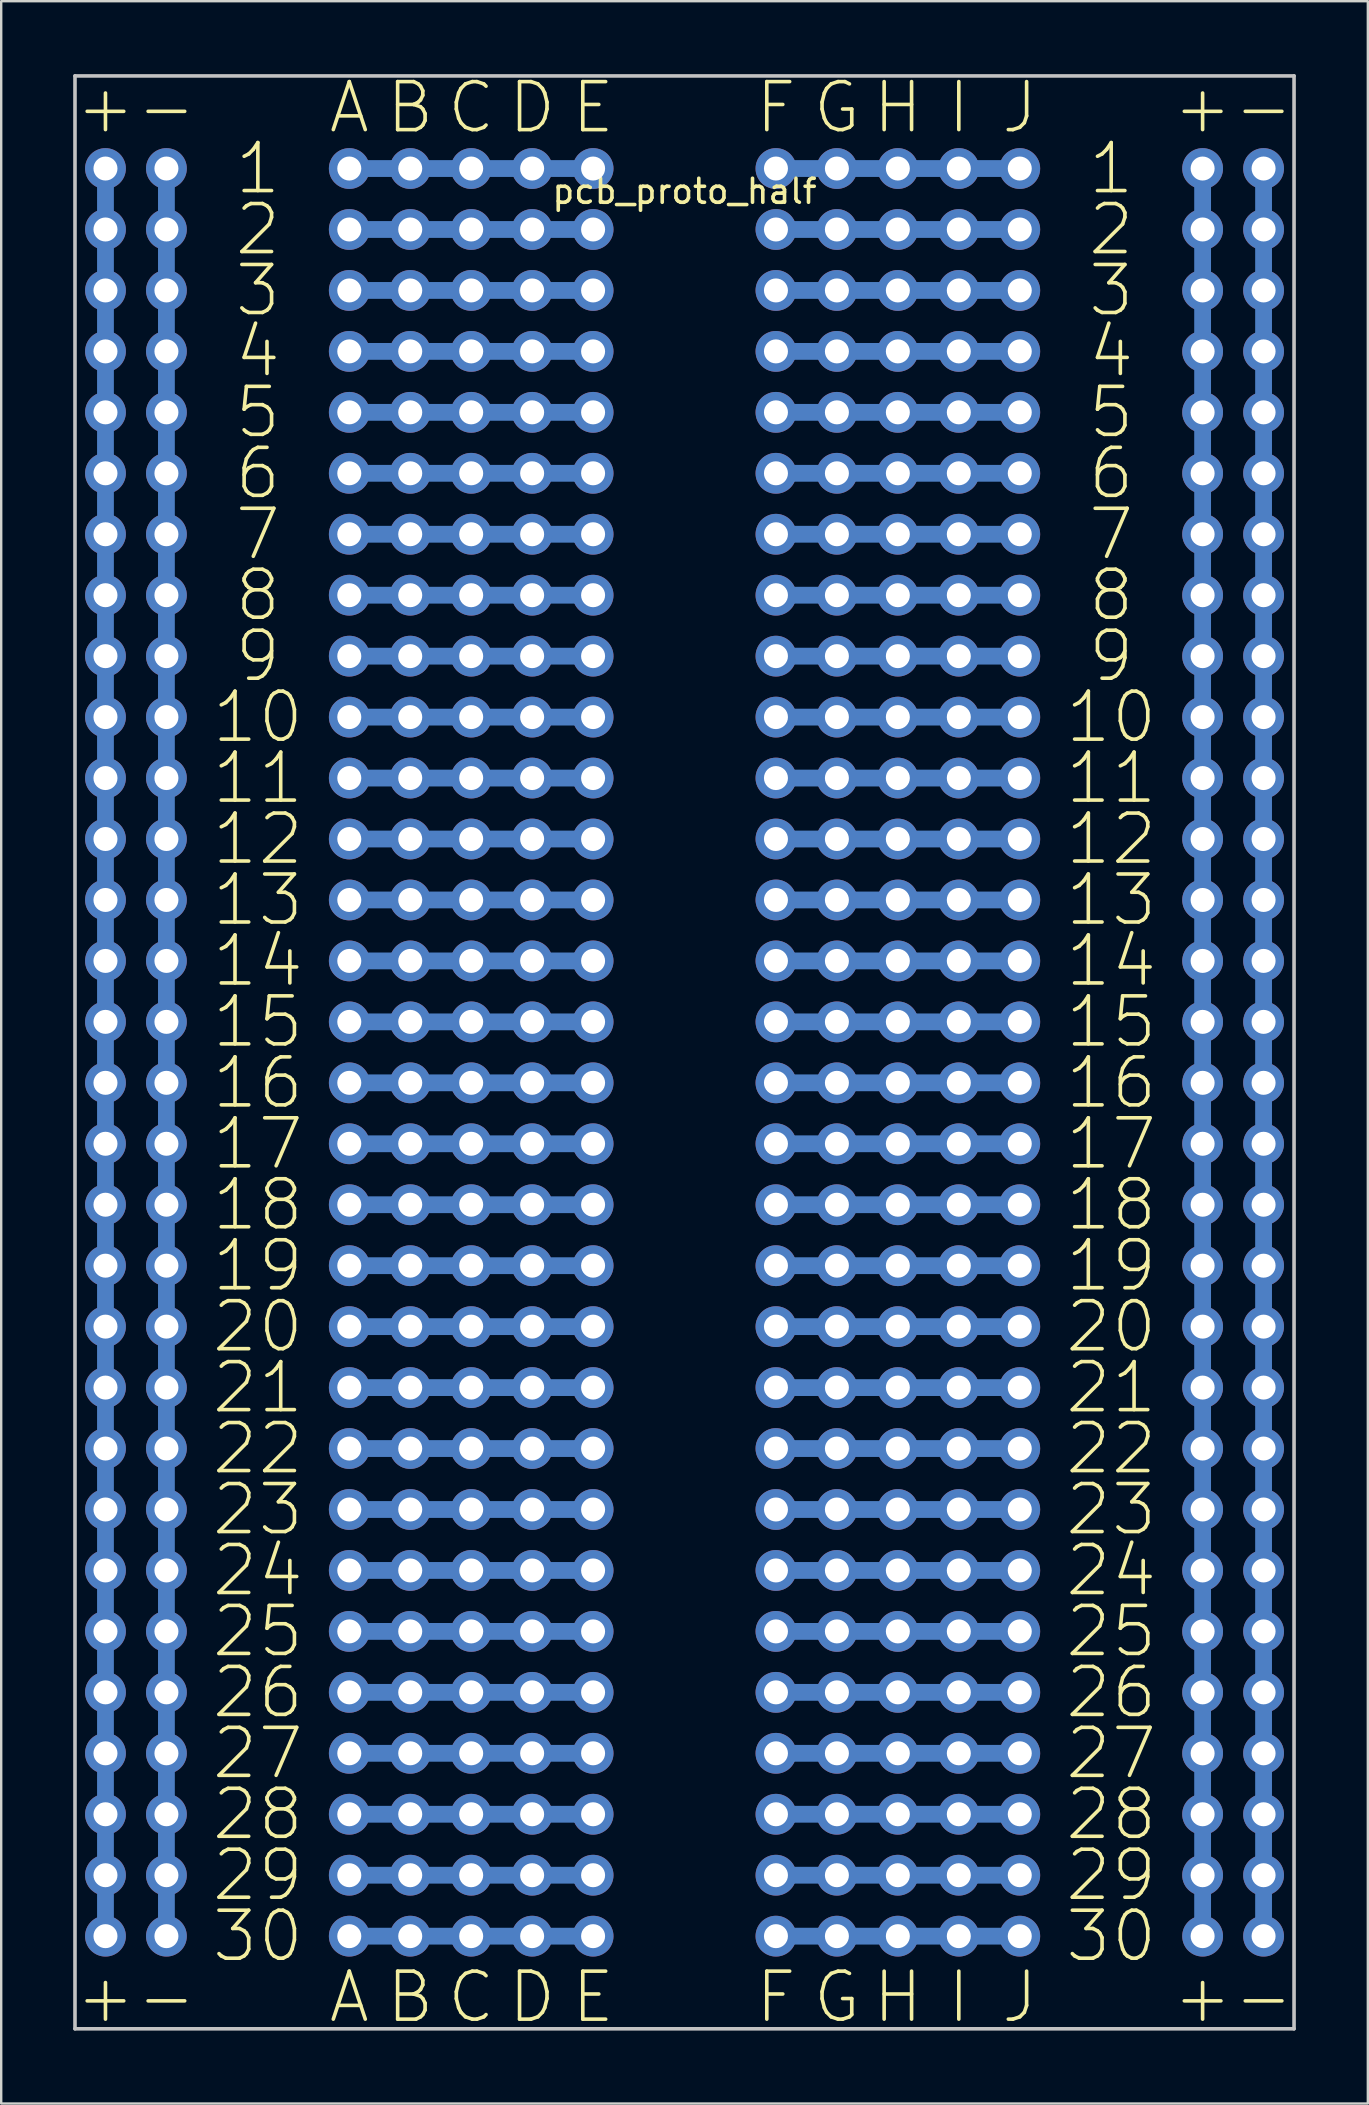
<source format=kicad_pcb>
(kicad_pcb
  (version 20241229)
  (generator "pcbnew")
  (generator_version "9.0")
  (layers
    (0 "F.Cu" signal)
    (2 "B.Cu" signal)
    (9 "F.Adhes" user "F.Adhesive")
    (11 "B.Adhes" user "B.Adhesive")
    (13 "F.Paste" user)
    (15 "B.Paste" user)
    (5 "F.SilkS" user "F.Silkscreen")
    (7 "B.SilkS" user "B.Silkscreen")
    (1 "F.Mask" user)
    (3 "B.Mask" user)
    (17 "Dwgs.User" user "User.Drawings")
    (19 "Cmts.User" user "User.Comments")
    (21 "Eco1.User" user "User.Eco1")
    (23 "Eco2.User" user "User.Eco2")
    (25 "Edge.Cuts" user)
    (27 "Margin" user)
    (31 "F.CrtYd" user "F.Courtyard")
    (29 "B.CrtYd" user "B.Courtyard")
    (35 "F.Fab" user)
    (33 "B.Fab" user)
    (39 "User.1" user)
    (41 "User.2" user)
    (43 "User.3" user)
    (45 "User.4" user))
  (footprint "pcb_proto_half"
    (layer "F.Cu")
    (at 25.475 3.923)
    (property "Reference" "pcb_proto_half" (at 0 1 0) (layer "F.SilkS") (effects (font (size 1 1) (thickness 0.15))))
    (attr through_hole)
    (fp_line (start -25.4 -3.81) (end -25.4 77.57) (stroke (width 0.15) (type solid)) (layer "Dwgs.User"))
    (fp_line (start -25.4 77.57) (end 25.4 77.57) (stroke (width 0.15) (type solid)) (layer "Dwgs.User"))
    (fp_line (start 25.4 -3.81) (end -25.4 -3.81) (stroke (width 0.15) (type solid)) (layer "Dwgs.User"))
    (fp_line (start 25.4 77.57) (end 25.4 -3.81) (stroke (width 0.15) (type solid)) (layer "Dwgs.User"))
    (fp_text user "+" (at -24.13 76.25 0) (layer "F.SilkS") (effects (font (size 2 2) (thickness 0.15))))
    (fp_text user "18" (at 17.78 43.23 0) (layer "F.SilkS") (effects (font (size 2 2) (thickness 0.15))))
    (fp_text user "15" (at -17.78 35.61 0) (layer "F.SilkS") (effects (font (size 2 2) (thickness 0.15))))
    (fp_text user "27" (at -17.78 66.09 0) (layer "F.SilkS") (effects (font (size 2 2) (thickness 0.15))))
    (fp_text user "E" (at -3.81 -2.49 0) (layer "F.SilkS") (effects (font (size 2 2) (thickness 0.15))))
    (fp_text user "19" (at -17.78 45.77 0) (layer "F.SilkS") (effects (font (size 2 2) (thickness 0.15))))
    (fp_text user "-" (at 24.13 76.25 0) (layer "F.SilkS") (effects (font (size 2 2) (thickness 0.15))))
    (fp_text user "9" (at 17.78 20.37 0) (layer "F.SilkS") (effects (font (size 2 2) (thickness 0.15))))
    (fp_text user "11" (at 17.78 25.45 0) (layer "F.SilkS") (effects (font (size 2 2) (thickness 0.15))))
    (fp_text user "J" (at 13.97 -2.49 0) (layer "F.SilkS") (effects (font (size 2 2) (thickness 0.15))))
    (fp_text user "7" (at 17.78 15.29 0) (layer "F.SilkS") (effects (font (size 2 2) (thickness 0.15))))
    (fp_text user "C" (at -8.89 -2.49 0) (layer "F.SilkS") (effects (font (size 2 2) (thickness 0.15))))
    (fp_text user "B" (at -11.43 -2.49 0) (layer "F.SilkS") (effects (font (size 2 2) (thickness 0.15))))
    (fp_text user "5" (at -17.78 10.21 0) (layer "F.SilkS") (effects (font (size 2 2) (thickness 0.15))))
    (fp_text user "1" (at 17.78 0.05 0) (layer "F.SilkS") (effects (font (size 2 2) (thickness 0.15))))
    (fp_text user "6" (at -17.78 12.75 0) (layer "F.SilkS") (effects (font (size 2 2) (thickness 0.15))))
    (fp_text user "H" (at 8.89 -2.49 0) (layer "F.SilkS") (effects (font (size 2 2) (thickness 0.15))))
    (fp_text user "2" (at -17.78 2.59 0) (layer "F.SilkS") (effects (font (size 2 2) (thickness 0.15))))
    (fp_text user "21" (at -17.78 50.85 0) (layer "F.SilkS") (effects (font (size 2 2) (thickness 0.15))))
    (fp_text user "13" (at 17.78 30.53 0) (layer "F.SilkS") (effects (font (size 2 2) (thickness 0.15))))
    (fp_text user "F" (at 3.81 -2.49 0) (layer "F.SilkS") (effects (font (size 2 2) (thickness 0.15))))
    (fp_text user "+" (at -24.13 -2.49 0) (layer "F.SilkS") (effects (font (size 2 2) (thickness 0.15))))
    (fp_text user "14" (at 17.78 33.07 0) (layer "F.SilkS") (effects (font (size 2 2) (thickness 0.15))))
    (fp_text user "28" (at -17.78 68.63 0) (layer "F.SilkS") (effects (font (size 2 2) (thickness 0.15))))
    (fp_text user "10" (at 17.78 22.91 0) (layer "F.SilkS") (effects (font (size 2 2) (thickness 0.15))))
    (fp_text user "22" (at 17.78 53.39 0) (layer "F.SilkS") (effects (font (size 2 2) (thickness 0.15))))
    (fp_text user "12" (at -17.78 27.99 0) (layer "F.SilkS") (effects (font (size 2 2) (thickness 0.15))))
    (fp_text user "+" (at 21.59 76.25 0) (layer "F.SilkS") (effects (font (size 2 2) (thickness 0.15))))
    (fp_text user "H" (at 8.89 76.25 0) (layer "F.SilkS") (effects (font (size 2 2) (thickness 0.15))))
    (fp_text user "23" (at 17.78 55.93 0) (layer "F.SilkS") (effects (font (size 2 2) (thickness 0.15))))
    (fp_text user "20" (at -17.78 48.31 0) (layer "F.SilkS") (effects (font (size 2 2) (thickness 0.15))))
    (fp_text user "A" (at -13.97 76.25 0) (layer "F.SilkS") (effects (font (size 2 2) (thickness 0.15))))
    (fp_text user "A" (at -13.97 -2.49 0) (layer "F.SilkS") (effects (font (size 2 2) (thickness 0.15))))
    (fp_text user "22" (at -17.78 53.39 0) (layer "F.SilkS") (effects (font (size 2 2) (thickness 0.15))))
    (fp_text user "11" (at -17.78 25.45 0) (layer "F.SilkS") (effects (font (size 2 2) (thickness 0.15))))
    (fp_text user "-" (at -21.59 -2.49 0) (layer "F.SilkS") (effects (font (size 2 2) (thickness 0.15))))
    (fp_text user "F" (at 3.81 76.25 0) (layer "F.SilkS") (effects (font (size 2 2) (thickness 0.15))))
    (fp_text user "D" (at -6.35 76.25 0) (layer "F.SilkS") (effects (font (size 2 2) (thickness 0.15))))
    (fp_text user "21" (at 17.78 50.85 0) (layer "F.SilkS") (effects (font (size 2 2) (thickness 0.15))))
    (fp_text user "7" (at -17.78 15.29 0) (layer "F.SilkS") (effects (font (size 2 2) (thickness 0.15))))
    (fp_text user "3" (at 17.78 5.13 0) (layer "F.SilkS") (effects (font (size 2 2) (thickness 0.15))))
    (fp_text user "16" (at -17.78 38.15 0) (layer "F.SilkS") (effects (font (size 2 2) (thickness 0.15))))
    (fp_text user "I" (at 11.43 76.25 0) (layer "F.SilkS") (effects (font (size 2 2) (thickness 0.15))))
    (fp_text user "+" (at 21.59 -2.49 0) (layer "F.SilkS") (effects (font (size 2 2) (thickness 0.15))))
    (fp_text user "27" (at 17.78 66.09 0) (layer "F.SilkS") (effects (font (size 2 2) (thickness 0.15))))
    (fp_text user "8" (at 17.78 17.83 0) (layer "F.SilkS") (effects (font (size 2 2) (thickness 0.15))))
    (fp_text user "B" (at -11.43 76.25 0) (layer "F.SilkS") (effects (font (size 2 2) (thickness 0.15))))
    (fp_text user "8" (at -17.78 17.83 0) (layer "F.SilkS") (effects (font (size 2 2) (thickness 0.15))))
    (fp_text user "5" (at 17.78 10.21 0) (layer "F.SilkS") (effects (font (size 2 2) (thickness 0.15))))
    (fp_text user "18" (at -17.78 43.23 0) (layer "F.SilkS") (effects (font (size 2 2) (thickness 0.15))))
    (fp_text user "-" (at 24.13 -2.49 0) (layer "F.SilkS") (effects (font (size 2 2) (thickness 0.15))))
    (fp_text user "24" (at 17.78 58.47 0) (layer "F.SilkS") (effects (font (size 2 2) (thickness 0.15))))
    (fp_text user "15" (at 17.78 35.61 0) (layer "F.SilkS") (effects (font (size 2 2) (thickness 0.15))))
    (fp_text user "16" (at 17.78 38.15 0) (layer "F.SilkS") (effects (font (size 2 2) (thickness 0.15))))
    (fp_text user "19" (at 17.78 45.77 0) (layer "F.SilkS") (effects (font (size 2 2) (thickness 0.15))))
    (fp_text user "24" (at -17.78 58.47 0) (layer "F.SilkS") (effects (font (size 2 2) (thickness 0.15))))
    (fp_text user "6" (at 17.78 12.75 0) (layer "F.SilkS") (effects (font (size 2 2) (thickness 0.15))))
    (fp_text user "23" (at -17.78 55.93 0) (layer "F.SilkS") (effects (font (size 2 2) (thickness 0.15))))
    (fp_text user "26" (at 17.78 63.55 0) (layer "F.SilkS") (effects (font (size 2 2) (thickness 0.15))))
    (fp_text user "17" (at 17.78 40.69 0) (layer "F.SilkS") (effects (font (size 2 2) (thickness 0.15))))
    (fp_text user "G" (at 6.35 -2.49 0) (layer "F.SilkS") (effects (font (size 2 2) (thickness 0.15))))
    (fp_text user "25" (at 17.78 61.01 0) (layer "F.SilkS") (effects (font (size 2 2) (thickness 0.15))))
    (fp_text user "1" (at -17.78 0.05 0) (layer "F.SilkS") (effects (font (size 2 2) (thickness 0.15))))
    (fp_text user "I" (at 11.43 -2.49 0) (layer "F.SilkS") (effects (font (size 2 2) (thickness 0.15))))
    (fp_text user "29" (at 17.78 71.17 0) (layer "F.SilkS") (effects (font (size 2 2) (thickness 0.15))))
    (fp_text user "2" (at 17.78 2.59 0) (layer "F.SilkS") (effects (font (size 2 2) (thickness 0.15))))
    (fp_text user "4" (at -17.78 7.67 0) (layer "F.SilkS") (effects (font (size 2 2) (thickness 0.15))))
    (fp_text user "25" (at -17.78 61.01 0) (layer "F.SilkS") (effects (font (size 2 2) (thickness 0.15))))
    (fp_text user "G" (at 6.35 76.25 0) (layer "F.SilkS") (effects (font (size 2 2) (thickness 0.15))))
    (fp_text user "12" (at 17.78 27.99 0) (layer "F.SilkS") (effects (font (size 2 2) (thickness 0.15))))
    (fp_text user "20" (at 17.78 48.31 0) (layer "F.SilkS") (effects (font (size 2 2) (thickness 0.15))))
    (fp_text user "10" (at -17.78 22.91 0) (layer "F.SilkS") (effects (font (size 2 2) (thickness 0.15))))
    (fp_text user "13" (at -17.78 30.53 0) (layer "F.SilkS") (effects (font (size 2 2) (thickness 0.15))))
    (fp_text user "17" (at -17.78 40.69 0) (layer "F.SilkS") (effects (font (size 2 2) (thickness 0.15))))
    (fp_text user "-" (at -21.59 76.25 0) (layer "F.SilkS") (effects (font (size 2 2) (thickness 0.15))))
    (fp_text user "14" (at -17.78 33.07 0) (layer "F.SilkS") (effects (font (size 2 2) (thickness 0.15))))
    (fp_text user "9" (at -17.78 20.37 0) (layer "F.SilkS") (effects (font (size 2 2) (thickness 0.15))))
    (fp_text user "E" (at -3.81 76.25 0) (layer "F.SilkS") (effects (font (size 2 2) (thickness 0.15))))
    (fp_text user "28" (at 17.78 68.63 0) (layer "F.SilkS") (effects (font (size 2 2) (thickness 0.15))))
    (fp_text user "4" (at 17.78 7.67 0) (layer "F.SilkS") (effects (font (size 2 2) (thickness 0.15))))
    (fp_text user "3" (at -17.78 5.13 0) (layer "F.SilkS") (effects (font (size 2 2) (thickness 0.15))))
    (fp_text user "J" (at 13.97 76.25 0) (layer "F.SilkS") (effects (font (size 2 2) (thickness 0.15))))
    (fp_text user "29" (at -17.78 71.17 0) (layer "F.SilkS") (effects (font (size 2 2) (thickness 0.15))))
    (fp_text user "26" (at -17.78 63.55 0) (layer "F.SilkS") (effects (font (size 2 2) (thickness 0.15))))
    (fp_text user "C" (at -8.89 76.25 0) (layer "F.SilkS") (effects (font (size 2 2) (thickness 0.15))))
    (fp_text user "30" (at 17.78 73.71 0) (layer "F.SilkS") (effects (font (size 2 2) (thickness 0.15))))
    (fp_text user "30" (at -17.78 73.71 0) (layer "F.SilkS") (effects (font (size 2 2) (thickness 0.15))))
    (fp_text user "D" (at -6.35 -2.49 0) (layer "F.SilkS") (effects (font (size 2 2) (thickness 0.15))))
    (pad "" thru_hole circle (at -24.13 0.05) (size 1.7 1.7) (drill 1) (layers "*.Cu" "*.Mask"))
    (pad "" thru_hole circle (at -24.13 2.59) (size 1.7 1.7) (drill 1) (layers "*.Cu" "*.Mask"))
    (pad "" thru_hole circle (at -24.13 5.13) (size 1.7 1.7) (drill 1) (layers "*.Cu" "*.Mask"))
    (pad "" thru_hole circle (at -24.13 7.67) (size 1.7 1.7) (drill 1) (layers "*.Cu" "*.Mask"))
    (pad "" thru_hole circle (at -24.13 10.21) (size 1.7 1.7) (drill 1) (layers "*.Cu" "*.Mask"))
    (pad "" thru_hole circle (at -24.13 12.75) (size 1.7 1.7) (drill 1) (layers "*.Cu" "*.Mask"))
    (pad "" thru_hole circle (at -24.13 15.29) (size 1.7 1.7) (drill 1) (layers "*.Cu" "*.Mask"))
    (pad "" thru_hole circle (at -24.13 17.83) (size 1.7 1.7) (drill 1) (layers "*.Cu" "*.Mask"))
    (pad "" thru_hole circle (at -24.13 20.37) (size 1.7 1.7) (drill 1) (layers "*.Cu" "*.Mask"))
    (pad "" thru_hole circle (at -24.13 22.91) (size 1.7 1.7) (drill 1) (layers "*.Cu" "*.Mask"))
    (pad "" thru_hole circle (at -24.13 25.45) (size 1.7 1.7) (drill 1) (layers "*.Cu" "*.Mask"))
    (pad "" thru_hole circle (at -24.13 27.99) (size 1.7 1.7) (drill 1) (layers "*.Cu" "*.Mask"))
    (pad "" thru_hole circle (at -24.13 30.53) (size 1.7 1.7) (drill 1) (layers "*.Cu" "*.Mask"))
    (pad "" thru_hole circle (at -24.13 33.07) (size 1.7 1.7) (drill 1) (layers "*.Cu" "*.Mask"))
    (pad "" thru_hole circle (at -24.13 35.61) (size 1.7 1.7) (drill 1) (layers "*.Cu" "*.Mask"))
    (pad "" smd rect (at -24.13 36.88) (size 0.7 73.66) (layers "B.Cu" "B.Mask"))
    (pad "" thru_hole circle (at -24.13 38.15) (size 1.7 1.7) (drill 1) (layers "*.Cu" "*.Mask"))
    (pad "" thru_hole circle (at -24.13 40.69) (size 1.7 1.7) (drill 1) (layers "*.Cu" "*.Mask"))
    (pad "" thru_hole circle (at -24.13 43.23) (size 1.7 1.7) (drill 1) (layers "*.Cu" "*.Mask"))
    (pad "" thru_hole circle (at -24.13 45.77) (size 1.7 1.7) (drill 1) (layers "*.Cu" "*.Mask"))
    (pad "" thru_hole circle (at -24.13 48.31) (size 1.7 1.7) (drill 1) (layers "*.Cu" "*.Mask"))
    (pad "" thru_hole circle (at -24.13 50.85) (size 1.7 1.7) (drill 1) (layers "*.Cu" "*.Mask"))
    (pad "" thru_hole circle (at -24.13 53.39) (size 1.7 1.7) (drill 1) (layers "*.Cu" "*.Mask"))
    (pad "" thru_hole circle (at -24.13 55.93) (size 1.7 1.7) (drill 1) (layers "*.Cu" "*.Mask"))
    (pad "" thru_hole circle (at -24.13 58.47) (size 1.7 1.7) (drill 1) (layers "*.Cu" "*.Mask"))
    (pad "" thru_hole circle (at -24.13 61.01) (size 1.7 1.7) (drill 1) (layers "*.Cu" "*.Mask"))
    (pad "" thru_hole circle (at -24.13 63.55) (size 1.7 1.7) (drill 1) (layers "*.Cu" "*.Mask"))
    (pad "" thru_hole circle (at -24.13 66.09) (size 1.7 1.7) (drill 1) (layers "*.Cu" "*.Mask"))
    (pad "" thru_hole circle (at -24.13 68.63) (size 1.7 1.7) (drill 1) (layers "*.Cu" "*.Mask"))
    (pad "" thru_hole circle (at -24.13 71.17) (size 1.7 1.7) (drill 1) (layers "*.Cu" "*.Mask"))
    (pad "" thru_hole circle (at -24.13 73.71) (size 1.7 1.7) (drill 1) (layers "*.Cu" "*.Mask"))
    (pad "" thru_hole circle (at -21.59 0.05) (size 1.7 1.7) (drill 1) (layers "*.Cu" "*.Mask"))
    (pad "" thru_hole circle (at -21.59 2.59) (size 1.7 1.7) (drill 1) (layers "*.Cu" "*.Mask"))
    (pad "" thru_hole circle (at -21.59 5.13) (size 1.7 1.7) (drill 1) (layers "*.Cu" "*.Mask"))
    (pad "" thru_hole circle (at -21.59 7.67) (size 1.7 1.7) (drill 1) (layers "*.Cu" "*.Mask"))
    (pad "" thru_hole circle (at -21.59 10.21) (size 1.7 1.7) (drill 1) (layers "*.Cu" "*.Mask"))
    (pad "" thru_hole circle (at -21.59 12.75) (size 1.7 1.7) (drill 1) (layers "*.Cu" "*.Mask"))
    (pad "" thru_hole circle (at -21.59 15.29) (size 1.7 1.7) (drill 1) (layers "*.Cu" "*.Mask"))
    (pad "" thru_hole circle (at -21.59 17.83) (size 1.7 1.7) (drill 1) (layers "*.Cu" "*.Mask"))
    (pad "" thru_hole circle (at -21.59 20.37) (size 1.7 1.7) (drill 1) (layers "*.Cu" "*.Mask"))
    (pad "" thru_hole circle (at -21.59 22.91) (size 1.7 1.7) (drill 1) (layers "*.Cu" "*.Mask"))
    (pad "" thru_hole circle (at -21.59 25.45) (size 1.7 1.7) (drill 1) (layers "*.Cu" "*.Mask"))
    (pad "" thru_hole circle (at -21.59 27.99) (size 1.7 1.7) (drill 1) (layers "*.Cu" "*.Mask"))
    (pad "" thru_hole circle (at -21.59 30.53) (size 1.7 1.7) (drill 1) (layers "*.Cu" "*.Mask"))
    (pad "" thru_hole circle (at -21.59 33.07) (size 1.7 1.7) (drill 1) (layers "*.Cu" "*.Mask"))
    (pad "" thru_hole circle (at -21.59 35.61) (size 1.7 1.7) (drill 1) (layers "*.Cu" "*.Mask"))
    (pad "" smd rect (at -21.59 36.88) (size 0.7 73.66) (layers "B.Cu" "B.Mask"))
    (pad "" thru_hole circle (at -21.59 38.15) (size 1.7 1.7) (drill 1) (layers "*.Cu" "*.Mask"))
    (pad "" thru_hole circle (at -21.59 40.69) (size 1.7 1.7) (drill 1) (layers "*.Cu" "*.Mask"))
    (pad "" thru_hole circle (at -21.59 43.23) (size 1.7 1.7) (drill 1) (layers "*.Cu" "*.Mask"))
    (pad "" thru_hole circle (at -21.59 45.77) (size 1.7 1.7) (drill 1) (layers "*.Cu" "*.Mask"))
    (pad "" thru_hole circle (at -21.59 48.31) (size 1.7 1.7) (drill 1) (layers "*.Cu" "*.Mask"))
    (pad "" thru_hole circle (at -21.59 50.85) (size 1.7 1.7) (drill 1) (layers "*.Cu" "*.Mask"))
    (pad "" thru_hole circle (at -21.59 53.39) (size 1.7 1.7) (drill 1) (layers "*.Cu" "*.Mask"))
    (pad "" thru_hole circle (at -21.59 55.93) (size 1.7 1.7) (drill 1) (layers "*.Cu" "*.Mask"))
    (pad "" thru_hole circle (at -21.59 58.47) (size 1.7 1.7) (drill 1) (layers "*.Cu" "*.Mask"))
    (pad "" thru_hole circle (at -21.59 61.01) (size 1.7 1.7) (drill 1) (layers "*.Cu" "*.Mask"))
    (pad "" thru_hole circle (at -21.59 63.55) (size 1.7 1.7) (drill 1) (layers "*.Cu" "*.Mask"))
    (pad "" thru_hole circle (at -21.59 66.09) (size 1.7 1.7) (drill 1) (layers "*.Cu" "*.Mask"))
    (pad "" thru_hole circle (at -21.59 68.63) (size 1.7 1.7) (drill 1) (layers "*.Cu" "*.Mask"))
    (pad "" thru_hole circle (at -21.59 71.17) (size 1.7 1.7) (drill 1) (layers "*.Cu" "*.Mask"))
    (pad "" thru_hole circle (at -21.59 73.71) (size 1.7 1.7) (drill 1) (layers "*.Cu" "*.Mask"))
    (pad "" thru_hole circle (at -13.97 0.05) (size 1.7 1.7) (drill 1) (layers "*.Cu" "*.Mask"))
    (pad "" thru_hole circle (at -13.97 2.59) (size 1.7 1.7) (drill 1) (layers "*.Cu" "*.Mask"))
    (pad "" thru_hole circle (at -13.97 5.13) (size 1.7 1.7) (drill 1) (layers "*.Cu" "*.Mask"))
    (pad "" thru_hole circle (at -13.97 7.67) (size 1.7 1.7) (drill 1) (layers "*.Cu" "*.Mask"))
    (pad "" thru_hole circle (at -13.97 10.21) (size 1.7 1.7) (drill 1) (layers "*.Cu" "*.Mask"))
    (pad "" thru_hole circle (at -13.97 12.75) (size 1.7 1.7) (drill 1) (layers "*.Cu" "*.Mask"))
    (pad "" thru_hole circle (at -13.97 15.29) (size 1.7 1.7) (drill 1) (layers "*.Cu" "*.Mask"))
    (pad "" thru_hole circle (at -13.97 17.83) (size 1.7 1.7) (drill 1) (layers "*.Cu" "*.Mask"))
    (pad "" thru_hole circle (at -13.97 20.37) (size 1.7 1.7) (drill 1) (layers "*.Cu" "*.Mask"))
    (pad "" thru_hole circle (at -13.97 22.91) (size 1.7 1.7) (drill 1) (layers "*.Cu" "*.Mask"))
    (pad "" thru_hole circle (at -13.97 25.45) (size 1.7 1.7) (drill 1) (layers "*.Cu" "*.Mask"))
    (pad "" thru_hole circle (at -13.97 27.99) (size 1.7 1.7) (drill 1) (layers "*.Cu" "*.Mask"))
    (pad "" thru_hole circle (at -13.97 30.53) (size 1.7 1.7) (drill 1) (layers "*.Cu" "*.Mask"))
    (pad "" thru_hole circle (at -13.97 33.07) (size 1.7 1.7) (drill 1) (layers "*.Cu" "*.Mask"))
    (pad "" thru_hole circle (at -13.97 35.61) (size 1.7 1.7) (drill 1) (layers "*.Cu" "*.Mask"))
    (pad "" thru_hole circle (at -13.97 38.15) (size 1.7 1.7) (drill 1) (layers "*.Cu" "*.Mask"))
    (pad "" thru_hole circle (at -13.97 40.69) (size 1.7 1.7) (drill 1) (layers "*.Cu" "*.Mask"))
    (pad "" thru_hole circle (at -13.97 43.23) (size 1.7 1.7) (drill 1) (layers "*.Cu" "*.Mask"))
    (pad "" thru_hole circle (at -13.97 45.77) (size 1.7 1.7) (drill 1) (layers "*.Cu" "*.Mask"))
    (pad "" thru_hole circle (at -13.97 48.31) (size 1.7 1.7) (drill 1) (layers "*.Cu" "*.Mask"))
    (pad "" thru_hole circle (at -13.97 50.85) (size 1.7 1.7) (drill 1) (layers "*.Cu" "*.Mask"))
    (pad "" thru_hole circle (at -13.97 53.39) (size 1.7 1.7) (drill 1) (layers "*.Cu" "*.Mask"))
    (pad "" thru_hole circle (at -13.97 55.93) (size 1.7 1.7) (drill 1) (layers "*.Cu" "*.Mask"))
    (pad "" thru_hole circle (at -13.97 58.47) (size 1.7 1.7) (drill 1) (layers "*.Cu" "*.Mask"))
    (pad "" thru_hole circle (at -13.97 61.01) (size 1.7 1.7) (drill 1) (layers "*.Cu" "*.Mask"))
    (pad "" thru_hole circle (at -13.97 63.55) (size 1.7 1.7) (drill 1) (layers "*.Cu" "*.Mask"))
    (pad "" thru_hole circle (at -13.97 66.09) (size 1.7 1.7) (drill 1) (layers "*.Cu" "*.Mask"))
    (pad "" thru_hole circle (at -13.97 68.63) (size 1.7 1.7) (drill 1) (layers "*.Cu" "*.Mask"))
    (pad "" thru_hole circle (at -13.97 71.17) (size 1.7 1.7) (drill 1) (layers "*.Cu" "*.Mask"))
    (pad "" thru_hole circle (at -13.97 73.71) (size 1.7 1.7) (drill 1) (layers "*.Cu" "*.Mask"))
    (pad "" thru_hole circle (at -11.43 0.05) (size 1.7 1.7) (drill 1) (layers "*.Cu" "*.Mask"))
    (pad "" thru_hole circle (at -11.43 2.59) (size 1.7 1.7) (drill 1) (layers "*.Cu" "*.Mask"))
    (pad "" thru_hole circle (at -11.43 5.13) (size 1.7 1.7) (drill 1) (layers "*.Cu" "*.Mask"))
    (pad "" thru_hole circle (at -11.43 7.67) (size 1.7 1.7) (drill 1) (layers "*.Cu" "*.Mask"))
    (pad "" thru_hole circle (at -11.43 10.21) (size 1.7 1.7) (drill 1) (layers "*.Cu" "*.Mask"))
    (pad "" thru_hole circle (at -11.43 12.75) (size 1.7 1.7) (drill 1) (layers "*.Cu" "*.Mask"))
    (pad "" thru_hole circle (at -11.43 15.29) (size 1.7 1.7) (drill 1) (layers "*.Cu" "*.Mask"))
    (pad "" thru_hole circle (at -11.43 17.83) (size 1.7 1.7) (drill 1) (layers "*.Cu" "*.Mask"))
    (pad "" thru_hole circle (at -11.43 20.37) (size 1.7 1.7) (drill 1) (layers "*.Cu" "*.Mask"))
    (pad "" thru_hole circle (at -11.43 22.91) (size 1.7 1.7) (drill 1) (layers "*.Cu" "*.Mask"))
    (pad "" thru_hole circle (at -11.43 25.45) (size 1.7 1.7) (drill 1) (layers "*.Cu" "*.Mask"))
    (pad "" thru_hole circle (at -11.43 27.99) (size 1.7 1.7) (drill 1) (layers "*.Cu" "*.Mask"))
    (pad "" thru_hole circle (at -11.43 30.53) (size 1.7 1.7) (drill 1) (layers "*.Cu" "*.Mask"))
    (pad "" thru_hole circle (at -11.43 33.07) (size 1.7 1.7) (drill 1) (layers "*.Cu" "*.Mask"))
    (pad "" thru_hole circle (at -11.43 35.61) (size 1.7 1.7) (drill 1) (layers "*.Cu" "*.Mask"))
    (pad "" thru_hole circle (at -11.43 38.15) (size 1.7 1.7) (drill 1) (layers "*.Cu" "*.Mask"))
    (pad "" thru_hole circle (at -11.43 40.69) (size 1.7 1.7) (drill 1) (layers "*.Cu" "*.Mask"))
    (pad "" thru_hole circle (at -11.43 43.23) (size 1.7 1.7) (drill 1) (layers "*.Cu" "*.Mask"))
    (pad "" thru_hole circle (at -11.43 45.77) (size 1.7 1.7) (drill 1) (layers "*.Cu" "*.Mask"))
    (pad "" thru_hole circle (at -11.43 48.31) (size 1.7 1.7) (drill 1) (layers "*.Cu" "*.Mask"))
    (pad "" thru_hole circle (at -11.43 50.85) (size 1.7 1.7) (drill 1) (layers "*.Cu" "*.Mask"))
    (pad "" thru_hole circle (at -11.43 53.39) (size 1.7 1.7) (drill 1) (layers "*.Cu" "*.Mask"))
    (pad "" thru_hole circle (at -11.43 55.93) (size 1.7 1.7) (drill 1) (layers "*.Cu" "*.Mask"))
    (pad "" thru_hole circle (at -11.43 58.47) (size 1.7 1.7) (drill 1) (layers "*.Cu" "*.Mask"))
    (pad "" thru_hole circle (at -11.43 61.01) (size 1.7 1.7) (drill 1) (layers "*.Cu" "*.Mask"))
    (pad "" thru_hole circle (at -11.43 63.55) (size 1.7 1.7) (drill 1) (layers "*.Cu" "*.Mask"))
    (pad "" thru_hole circle (at -11.43 66.09) (size 1.7 1.7) (drill 1) (layers "*.Cu" "*.Mask"))
    (pad "" thru_hole circle (at -11.43 68.63) (size 1.7 1.7) (drill 1) (layers "*.Cu" "*.Mask"))
    (pad "" thru_hole circle (at -11.43 71.17) (size 1.7 1.7) (drill 1) (layers "*.Cu" "*.Mask"))
    (pad "" thru_hole circle (at -11.43 73.71) (size 1.7 1.7) (drill 1) (layers "*.Cu" "*.Mask"))
    (pad "" thru_hole circle (at -8.89 0.05) (size 1.7 1.7) (drill 1) (layers "*.Cu" "*.Mask"))
    (pad "" smd rect (at -8.89 0.05) (size 10.16 0.7) (layers "B.Cu" "B.Mask"))
    (pad "" thru_hole circle (at -8.89 2.59) (size 1.7 1.7) (drill 1) (layers "*.Cu" "*.Mask"))
    (pad "" smd rect (at -8.89 2.59) (size 10.16 0.7) (layers "B.Cu" "B.Mask"))
    (pad "" thru_hole circle (at -8.89 5.13) (size 1.7 1.7) (drill 1) (layers "*.Cu" "*.Mask"))
    (pad "" smd rect (at -8.89 5.13) (size 10.16 0.7) (layers "B.Cu" "B.Mask"))
    (pad "" thru_hole circle (at -8.89 7.67) (size 1.7 1.7) (drill 1) (layers "*.Cu" "*.Mask"))
    (pad "" smd rect (at -8.89 7.67) (size 10.16 0.7) (layers "B.Cu" "B.Mask"))
    (pad "" thru_hole circle (at -8.89 10.21) (size 1.7 1.7) (drill 1) (layers "*.Cu" "*.Mask"))
    (pad "" smd rect (at -8.89 10.21) (size 10.16 0.7) (layers "B.Cu" "B.Mask"))
    (pad "" thru_hole circle (at -8.89 12.75) (size 1.7 1.7) (drill 1) (layers "*.Cu" "*.Mask"))
    (pad "" smd rect (at -8.89 12.75) (size 10.16 0.7) (layers "B.Cu" "B.Mask"))
    (pad "" thru_hole circle (at -8.89 15.29) (size 1.7 1.7) (drill 1) (layers "*.Cu" "*.Mask"))
    (pad "" smd rect (at -8.89 15.29) (size 10.16 0.7) (layers "B.Cu" "B.Mask"))
    (pad "" thru_hole circle (at -8.89 17.83) (size 1.7 1.7) (drill 1) (layers "*.Cu" "*.Mask"))
    (pad "" smd rect (at -8.89 17.83) (size 10.16 0.7) (layers "B.Cu" "B.Mask"))
    (pad "" thru_hole circle (at -8.89 20.37) (size 1.7 1.7) (drill 1) (layers "*.Cu" "*.Mask"))
    (pad "" smd rect (at -8.89 20.37) (size 10.16 0.7) (layers "B.Cu" "B.Mask"))
    (pad "" thru_hole circle (at -8.89 22.91) (size 1.7 1.7) (drill 1) (layers "*.Cu" "*.Mask"))
    (pad "" smd rect (at -8.89 22.91) (size 10.16 0.7) (layers "B.Cu" "B.Mask"))
    (pad "" thru_hole circle (at -8.89 25.45) (size 1.7 1.7) (drill 1) (layers "*.Cu" "*.Mask"))
    (pad "" smd rect (at -8.89 25.45) (size 10.16 0.7) (layers "B.Cu" "B.Mask"))
    (pad "" thru_hole circle (at -8.89 27.99) (size 1.7 1.7) (drill 1) (layers "*.Cu" "*.Mask"))
    (pad "" smd rect (at -8.89 27.99) (size 10.16 0.7) (layers "B.Cu" "B.Mask"))
    (pad "" thru_hole circle (at -8.89 30.53) (size 1.7 1.7) (drill 1) (layers "*.Cu" "*.Mask"))
    (pad "" smd rect (at -8.89 30.53) (size 10.16 0.7) (layers "B.Cu" "B.Mask"))
    (pad "" thru_hole circle (at -8.89 33.07) (size 1.7 1.7) (drill 1) (layers "*.Cu" "*.Mask"))
    (pad "" smd rect (at -8.89 33.07) (size 10.16 0.7) (layers "B.Cu" "B.Mask"))
    (pad "" thru_hole circle (at -8.89 35.61) (size 1.7 1.7) (drill 1) (layers "*.Cu" "*.Mask"))
    (pad "" smd rect (at -8.89 35.61) (size 10.16 0.7) (layers "B.Cu" "B.Mask"))
    (pad "" thru_hole circle (at -8.89 38.15) (size 1.7 1.7) (drill 1) (layers "*.Cu" "*.Mask"))
    (pad "" smd rect (at -8.89 38.15) (size 10.16 0.7) (layers "B.Cu" "B.Mask"))
    (pad "" thru_hole circle (at -8.89 40.69) (size 1.7 1.7) (drill 1) (layers "*.Cu" "*.Mask"))
    (pad "" smd rect (at -8.89 40.69) (size 10.16 0.7) (layers "B.Cu" "B.Mask"))
    (pad "" thru_hole circle (at -8.89 43.23) (size 1.7 1.7) (drill 1) (layers "*.Cu" "*.Mask"))
    (pad "" smd rect (at -8.89 43.23) (size 10.16 0.7) (layers "B.Cu" "B.Mask"))
    (pad "" thru_hole circle (at -8.89 45.77) (size 1.7 1.7) (drill 1) (layers "*.Cu" "*.Mask"))
    (pad "" smd rect (at -8.89 45.77) (size 10.16 0.7) (layers "B.Cu" "B.Mask"))
    (pad "" thru_hole circle (at -8.89 48.31) (size 1.7 1.7) (drill 1) (layers "*.Cu" "*.Mask"))
    (pad "" smd rect (at -8.89 48.31) (size 10.16 0.7) (layers "B.Cu" "B.Mask"))
    (pad "" thru_hole circle (at -8.89 50.85) (size 1.7 1.7) (drill 1) (layers "*.Cu" "*.Mask"))
    (pad "" smd rect (at -8.89 50.85) (size 10.16 0.7) (layers "B.Cu" "B.Mask"))
    (pad "" thru_hole circle (at -8.89 53.39) (size 1.7 1.7) (drill 1) (layers "*.Cu" "*.Mask"))
    (pad "" smd rect (at -8.89 53.39) (size 10.16 0.7) (layers "B.Cu" "B.Mask"))
    (pad "" thru_hole circle (at -8.89 55.93) (size 1.7 1.7) (drill 1) (layers "*.Cu" "*.Mask"))
    (pad "" smd rect (at -8.89 55.93) (size 10.16 0.7) (layers "B.Cu" "B.Mask"))
    (pad "" thru_hole circle (at -8.89 58.47) (size 1.7 1.7) (drill 1) (layers "*.Cu" "*.Mask"))
    (pad "" smd rect (at -8.89 58.47) (size 10.16 0.7) (layers "B.Cu" "B.Mask"))
    (pad "" thru_hole circle (at -8.89 61.01) (size 1.7 1.7) (drill 1) (layers "*.Cu" "*.Mask"))
    (pad "" smd rect (at -8.89 61.01) (size 10.16 0.7) (layers "B.Cu" "B.Mask"))
    (pad "" thru_hole circle (at -8.89 63.55) (size 1.7 1.7) (drill 1) (layers "*.Cu" "*.Mask"))
    (pad "" smd rect (at -8.89 63.55) (size 10.16 0.7) (layers "B.Cu" "B.Mask"))
    (pad "" thru_hole circle (at -8.89 66.09) (size 1.7 1.7) (drill 1) (layers "*.Cu" "*.Mask"))
    (pad "" smd rect (at -8.89 66.09) (size 10.16 0.7) (layers "B.Cu" "B.Mask"))
    (pad "" thru_hole circle (at -8.89 68.63) (size 1.7 1.7) (drill 1) (layers "*.Cu" "*.Mask"))
    (pad "" smd rect (at -8.89 68.63) (size 10.16 0.7) (layers "B.Cu" "B.Mask"))
    (pad "" thru_hole circle (at -8.89 71.17) (size 1.7 1.7) (drill 1) (layers "*.Cu" "*.Mask"))
    (pad "" smd rect (at -8.89 71.17) (size 10.16 0.7) (layers "B.Cu" "B.Mask"))
    (pad "" thru_hole circle (at -8.89 73.71) (size 1.7 1.7) (drill 1) (layers "*.Cu" "*.Mask"))
    (pad "" smd rect (at -8.89 73.71) (size 10.16 0.7) (layers "B.Cu" "B.Mask"))
    (pad "" thru_hole circle (at -6.35 0.05) (size 1.7 1.7) (drill 1) (layers "*.Cu" "*.Mask"))
    (pad "" thru_hole circle (at -6.35 2.59) (size 1.7 1.7) (drill 1) (layers "*.Cu" "*.Mask"))
    (pad "" thru_hole circle (at -6.35 5.13) (size 1.7 1.7) (drill 1) (layers "*.Cu" "*.Mask"))
    (pad "" thru_hole circle (at -6.35 7.67) (size 1.7 1.7) (drill 1) (layers "*.Cu" "*.Mask"))
    (pad "" thru_hole circle (at -6.35 10.21) (size 1.7 1.7) (drill 1) (layers "*.Cu" "*.Mask"))
    (pad "" thru_hole circle (at -6.35 12.75) (size 1.7 1.7) (drill 1) (layers "*.Cu" "*.Mask"))
    (pad "" thru_hole circle (at -6.35 15.29) (size 1.7 1.7) (drill 1) (layers "*.Cu" "*.Mask"))
    (pad "" thru_hole circle (at -6.35 17.83) (size 1.7 1.7) (drill 1) (layers "*.Cu" "*.Mask"))
    (pad "" thru_hole circle (at -6.35 20.37) (size 1.7 1.7) (drill 1) (layers "*.Cu" "*.Mask"))
    (pad "" thru_hole circle (at -6.35 22.91) (size 1.7 1.7) (drill 1) (layers "*.Cu" "*.Mask"))
    (pad "" thru_hole circle (at -6.35 25.45) (size 1.7 1.7) (drill 1) (layers "*.Cu" "*.Mask"))
    (pad "" thru_hole circle (at -6.35 27.99) (size 1.7 1.7) (drill 1) (layers "*.Cu" "*.Mask"))
    (pad "" thru_hole circle (at -6.35 30.53) (size 1.7 1.7) (drill 1) (layers "*.Cu" "*.Mask"))
    (pad "" thru_hole circle (at -6.35 33.07) (size 1.7 1.7) (drill 1) (layers "*.Cu" "*.Mask"))
    (pad "" thru_hole circle (at -6.35 35.61) (size 1.7 1.7) (drill 1) (layers "*.Cu" "*.Mask"))
    (pad "" thru_hole circle (at -6.35 38.15) (size 1.7 1.7) (drill 1) (layers "*.Cu" "*.Mask"))
    (pad "" thru_hole circle (at -6.35 40.69) (size 1.7 1.7) (drill 1) (layers "*.Cu" "*.Mask"))
    (pad "" thru_hole circle (at -6.35 43.23) (size 1.7 1.7) (drill 1) (layers "*.Cu" "*.Mask"))
    (pad "" thru_hole circle (at -6.35 45.77) (size 1.7 1.7) (drill 1) (layers "*.Cu" "*.Mask"))
    (pad "" thru_hole circle (at -6.35 48.31) (size 1.7 1.7) (drill 1) (layers "*.Cu" "*.Mask"))
    (pad "" thru_hole circle (at -6.35 50.85) (size 1.7 1.7) (drill 1) (layers "*.Cu" "*.Mask"))
    (pad "" thru_hole circle (at -6.35 53.39) (size 1.7 1.7) (drill 1) (layers "*.Cu" "*.Mask"))
    (pad "" thru_hole circle (at -6.35 55.93) (size 1.7 1.7) (drill 1) (layers "*.Cu" "*.Mask"))
    (pad "" thru_hole circle (at -6.35 58.47) (size 1.7 1.7) (drill 1) (layers "*.Cu" "*.Mask"))
    (pad "" thru_hole circle (at -6.35 61.01) (size 1.7 1.7) (drill 1) (layers "*.Cu" "*.Mask"))
    (pad "" thru_hole circle (at -6.35 63.55) (size 1.7 1.7) (drill 1) (layers "*.Cu" "*.Mask"))
    (pad "" thru_hole circle (at -6.35 66.09) (size 1.7 1.7) (drill 1) (layers "*.Cu" "*.Mask"))
    (pad "" thru_hole circle (at -6.35 68.63) (size 1.7 1.7) (drill 1) (layers "*.Cu" "*.Mask"))
    (pad "" thru_hole circle (at -6.35 71.17) (size 1.7 1.7) (drill 1) (layers "*.Cu" "*.Mask"))
    (pad "" thru_hole circle (at -6.35 73.71) (size 1.7 1.7) (drill 1) (layers "*.Cu" "*.Mask"))
    (pad "" thru_hole circle (at -3.81 0.05) (size 1.7 1.7) (drill 1) (layers "*.Cu" "*.Mask"))
    (pad "" thru_hole circle (at -3.81 2.59) (size 1.7 1.7) (drill 1) (layers "*.Cu" "*.Mask"))
    (pad "" thru_hole circle (at -3.81 5.13) (size 1.7 1.7) (drill 1) (layers "*.Cu" "*.Mask"))
    (pad "" thru_hole circle (at -3.81 7.67) (size 1.7 1.7) (drill 1) (layers "*.Cu" "*.Mask"))
    (pad "" thru_hole circle (at -3.81 10.21) (size 1.7 1.7) (drill 1) (layers "*.Cu" "*.Mask"))
    (pad "" thru_hole circle (at -3.81 12.75) (size 1.7 1.7) (drill 1) (layers "*.Cu" "*.Mask"))
    (pad "" thru_hole circle (at -3.81 15.29) (size 1.7 1.7) (drill 1) (layers "*.Cu" "*.Mask"))
    (pad "" thru_hole circle (at -3.81 17.83) (size 1.7 1.7) (drill 1) (layers "*.Cu" "*.Mask"))
    (pad "" thru_hole circle (at -3.81 20.37) (size 1.7 1.7) (drill 1) (layers "*.Cu" "*.Mask"))
    (pad "" thru_hole circle (at -3.81 22.91) (size 1.7 1.7) (drill 1) (layers "*.Cu" "*.Mask"))
    (pad "" thru_hole circle (at -3.81 25.45) (size 1.7 1.7) (drill 1) (layers "*.Cu" "*.Mask"))
    (pad "" thru_hole circle (at -3.81 27.99) (size 1.7 1.7) (drill 1) (layers "*.Cu" "*.Mask"))
    (pad "" thru_hole circle (at -3.81 30.53) (size 1.7 1.7) (drill 1) (layers "*.Cu" "*.Mask"))
    (pad "" thru_hole circle (at -3.81 33.07) (size 1.7 1.7) (drill 1) (layers "*.Cu" "*.Mask"))
    (pad "" thru_hole circle (at -3.81 35.61) (size 1.7 1.7) (drill 1) (layers "*.Cu" "*.Mask"))
    (pad "" thru_hole circle (at -3.81 38.15) (size 1.7 1.7) (drill 1) (layers "*.Cu" "*.Mask"))
    (pad "" thru_hole circle (at -3.81 40.69) (size 1.7 1.7) (drill 1) (layers "*.Cu" "*.Mask"))
    (pad "" thru_hole circle (at -3.81 43.23) (size 1.7 1.7) (drill 1) (layers "*.Cu" "*.Mask"))
    (pad "" thru_hole circle (at -3.81 45.77) (size 1.7 1.7) (drill 1) (layers "*.Cu" "*.Mask"))
    (pad "" thru_hole circle (at -3.81 48.31) (size 1.7 1.7) (drill 1) (layers "*.Cu" "*.Mask"))
    (pad "" thru_hole circle (at -3.81 50.85) (size 1.7 1.7) (drill 1) (layers "*.Cu" "*.Mask"))
    (pad "" thru_hole circle (at -3.81 53.39) (size 1.7 1.7) (drill 1) (layers "*.Cu" "*.Mask"))
    (pad "" thru_hole circle (at -3.81 55.93) (size 1.7 1.7) (drill 1) (layers "*.Cu" "*.Mask"))
    (pad "" thru_hole circle (at -3.81 58.47) (size 1.7 1.7) (drill 1) (layers "*.Cu" "*.Mask"))
    (pad "" thru_hole circle (at -3.81 61.01) (size 1.7 1.7) (drill 1) (layers "*.Cu" "*.Mask"))
    (pad "" thru_hole circle (at -3.81 63.55) (size 1.7 1.7) (drill 1) (layers "*.Cu" "*.Mask"))
    (pad "" thru_hole circle (at -3.81 66.09) (size 1.7 1.7) (drill 1) (layers "*.Cu" "*.Mask"))
    (pad "" thru_hole circle (at -3.81 68.63) (size 1.7 1.7) (drill 1) (layers "*.Cu" "*.Mask"))
    (pad "" thru_hole circle (at -3.81 71.17) (size 1.7 1.7) (drill 1) (layers "*.Cu" "*.Mask"))
    (pad "" thru_hole circle (at -3.81 73.71) (size 1.7 1.7) (drill 1) (layers "*.Cu" "*.Mask"))
    (pad "" thru_hole circle (at 3.81 0.05) (size 1.7 1.7) (drill 1) (layers "*.Cu" "*.Mask"))
    (pad "" thru_hole circle (at 3.81 2.59) (size 1.7 1.7) (drill 1) (layers "*.Cu" "*.Mask"))
    (pad "" thru_hole circle (at 3.81 5.13) (size 1.7 1.7) (drill 1) (layers "*.Cu" "*.Mask"))
    (pad "" thru_hole circle (at 3.81 7.67) (size 1.7 1.7) (drill 1) (layers "*.Cu" "*.Mask"))
    (pad "" thru_hole circle (at 3.81 10.21) (size 1.7 1.7) (drill 1) (layers "*.Cu" "*.Mask"))
    (pad "" thru_hole circle (at 3.81 12.75) (size 1.7 1.7) (drill 1) (layers "*.Cu" "*.Mask"))
    (pad "" thru_hole circle (at 3.81 15.29) (size 1.7 1.7) (drill 1) (layers "*.Cu" "*.Mask"))
    (pad "" thru_hole circle (at 3.81 17.83) (size 1.7 1.7) (drill 1) (layers "*.Cu" "*.Mask"))
    (pad "" thru_hole circle (at 3.81 20.37) (size 1.7 1.7) (drill 1) (layers "*.Cu" "*.Mask"))
    (pad "" thru_hole circle (at 3.81 22.91) (size 1.7 1.7) (drill 1) (layers "*.Cu" "*.Mask"))
    (pad "" thru_hole circle (at 3.81 25.45) (size 1.7 1.7) (drill 1) (layers "*.Cu" "*.Mask"))
    (pad "" thru_hole circle (at 3.81 27.99) (size 1.7 1.7) (drill 1) (layers "*.Cu" "*.Mask"))
    (pad "" thru_hole circle (at 3.81 30.53) (size 1.7 1.7) (drill 1) (layers "*.Cu" "*.Mask"))
    (pad "" thru_hole circle (at 3.81 33.07) (size 1.7 1.7) (drill 1) (layers "*.Cu" "*.Mask"))
    (pad "" thru_hole circle (at 3.81 35.61) (size 1.7 1.7) (drill 1) (layers "*.Cu" "*.Mask"))
    (pad "" thru_hole circle (at 3.81 38.15) (size 1.7 1.7) (drill 1) (layers "*.Cu" "*.Mask"))
    (pad "" thru_hole circle (at 3.81 40.69) (size 1.7 1.7) (drill 1) (layers "*.Cu" "*.Mask"))
    (pad "" thru_hole circle (at 3.81 43.23) (size 1.7 1.7) (drill 1) (layers "*.Cu" "*.Mask"))
    (pad "" thru_hole circle (at 3.81 45.77) (size 1.7 1.7) (drill 1) (layers "*.Cu" "*.Mask"))
    (pad "" thru_hole circle (at 3.81 48.31) (size 1.7 1.7) (drill 1) (layers "*.Cu" "*.Mask"))
    (pad "" thru_hole circle (at 3.81 50.85) (size 1.7 1.7) (drill 1) (layers "*.Cu" "*.Mask"))
    (pad "" thru_hole circle (at 3.81 53.39) (size 1.7 1.7) (drill 1) (layers "*.Cu" "*.Mask"))
    (pad "" thru_hole circle (at 3.81 55.93) (size 1.7 1.7) (drill 1) (layers "*.Cu" "*.Mask"))
    (pad "" thru_hole circle (at 3.81 58.47) (size 1.7 1.7) (drill 1) (layers "*.Cu" "*.Mask"))
    (pad "" thru_hole circle (at 3.81 61.01) (size 1.7 1.7) (drill 1) (layers "*.Cu" "*.Mask"))
    (pad "" thru_hole circle (at 3.81 63.55) (size 1.7 1.7) (drill 1) (layers "*.Cu" "*.Mask"))
    (pad "" thru_hole circle (at 3.81 66.09) (size 1.7 1.7) (drill 1) (layers "*.Cu" "*.Mask"))
    (pad "" thru_hole circle (at 3.81 68.63) (size 1.7 1.7) (drill 1) (layers "*.Cu" "*.Mask"))
    (pad "" thru_hole circle (at 3.81 71.17) (size 1.7 1.7) (drill 1) (layers "*.Cu" "*.Mask"))
    (pad "" thru_hole circle (at 3.81 73.71) (size 1.7 1.7) (drill 1) (layers "*.Cu" "*.Mask"))
    (pad "" thru_hole circle (at 6.35 0.05) (size 1.7 1.7) (drill 1) (layers "*.Cu" "*.Mask"))
    (pad "" thru_hole circle (at 6.35 2.59) (size 1.7 1.7) (drill 1) (layers "*.Cu" "*.Mask"))
    (pad "" thru_hole circle (at 6.35 5.13) (size 1.7 1.7) (drill 1) (layers "*.Cu" "*.Mask"))
    (pad "" thru_hole circle (at 6.35 7.67) (size 1.7 1.7) (drill 1) (layers "*.Cu" "*.Mask"))
    (pad "" thru_hole circle (at 6.35 10.21) (size 1.7 1.7) (drill 1) (layers "*.Cu" "*.Mask"))
    (pad "" thru_hole circle (at 6.35 12.75) (size 1.7 1.7) (drill 1) (layers "*.Cu" "*.Mask"))
    (pad "" thru_hole circle (at 6.35 15.29) (size 1.7 1.7) (drill 1) (layers "*.Cu" "*.Mask"))
    (pad "" thru_hole circle (at 6.35 17.83) (size 1.7 1.7) (drill 1) (layers "*.Cu" "*.Mask"))
    (pad "" thru_hole circle (at 6.35 20.37) (size 1.7 1.7) (drill 1) (layers "*.Cu" "*.Mask"))
    (pad "" thru_hole circle (at 6.35 22.91) (size 1.7 1.7) (drill 1) (layers "*.Cu" "*.Mask"))
    (pad "" thru_hole circle (at 6.35 25.45) (size 1.7 1.7) (drill 1) (layers "*.Cu" "*.Mask"))
    (pad "" thru_hole circle (at 6.35 27.99) (size 1.7 1.7) (drill 1) (layers "*.Cu" "*.Mask"))
    (pad "" thru_hole circle (at 6.35 30.53) (size 1.7 1.7) (drill 1) (layers "*.Cu" "*.Mask"))
    (pad "" thru_hole circle (at 6.35 33.07) (size 1.7 1.7) (drill 1) (layers "*.Cu" "*.Mask"))
    (pad "" thru_hole circle (at 6.35 35.61) (size 1.7 1.7) (drill 1) (layers "*.Cu" "*.Mask"))
    (pad "" thru_hole circle (at 6.35 38.15) (size 1.7 1.7) (drill 1) (layers "*.Cu" "*.Mask"))
    (pad "" thru_hole circle (at 6.35 40.69) (size 1.7 1.7) (drill 1) (layers "*.Cu" "*.Mask"))
    (pad "" thru_hole circle (at 6.35 43.23) (size 1.7 1.7) (drill 1) (layers "*.Cu" "*.Mask"))
    (pad "" thru_hole circle (at 6.35 45.77) (size 1.7 1.7) (drill 1) (layers "*.Cu" "*.Mask"))
    (pad "" thru_hole circle (at 6.35 48.31) (size 1.7 1.7) (drill 1) (layers "*.Cu" "*.Mask"))
    (pad "" thru_hole circle (at 6.35 50.85) (size 1.7 1.7) (drill 1) (layers "*.Cu" "*.Mask"))
    (pad "" thru_hole circle (at 6.35 53.39) (size 1.7 1.7) (drill 1) (layers "*.Cu" "*.Mask"))
    (pad "" thru_hole circle (at 6.35 55.93) (size 1.7 1.7) (drill 1) (layers "*.Cu" "*.Mask"))
    (pad "" thru_hole circle (at 6.35 58.47) (size 1.7 1.7) (drill 1) (layers "*.Cu" "*.Mask"))
    (pad "" thru_hole circle (at 6.35 61.01) (size 1.7 1.7) (drill 1) (layers "*.Cu" "*.Mask"))
    (pad "" thru_hole circle (at 6.35 63.55) (size 1.7 1.7) (drill 1) (layers "*.Cu" "*.Mask"))
    (pad "" thru_hole circle (at 6.35 66.09) (size 1.7 1.7) (drill 1) (layers "*.Cu" "*.Mask"))
    (pad "" thru_hole circle (at 6.35 68.63) (size 1.7 1.7) (drill 1) (layers "*.Cu" "*.Mask"))
    (pad "" thru_hole circle (at 6.35 71.17) (size 1.7 1.7) (drill 1) (layers "*.Cu" "*.Mask"))
    (pad "" thru_hole circle (at 6.35 73.71) (size 1.7 1.7) (drill 1) (layers "*.Cu" "*.Mask"))
    (pad "" thru_hole circle (at 8.89 0.05) (size 1.7 1.7) (drill 1) (layers "*.Cu" "*.Mask"))
    (pad "" smd rect (at 8.89 0.05) (size 10.16 0.7) (layers "B.Cu" "B.Mask"))
    (pad "" thru_hole circle (at 8.89 2.59) (size 1.7 1.7) (drill 1) (layers "*.Cu" "*.Mask"))
    (pad "" smd rect (at 8.89 2.59) (size 10.16 0.7) (layers "B.Cu" "B.Mask"))
    (pad "" thru_hole circle (at 8.89 5.13) (size 1.7 1.7) (drill 1) (layers "*.Cu" "*.Mask"))
    (pad "" smd rect (at 8.89 5.13) (size 10.16 0.7) (layers "B.Cu" "B.Mask"))
    (pad "" thru_hole circle (at 8.89 7.67) (size 1.7 1.7) (drill 1) (layers "*.Cu" "*.Mask"))
    (pad "" smd rect (at 8.89 7.67) (size 10.16 0.7) (layers "B.Cu" "B.Mask"))
    (pad "" thru_hole circle (at 8.89 10.21) (size 1.7 1.7) (drill 1) (layers "*.Cu" "*.Mask"))
    (pad "" smd rect (at 8.89 10.21) (size 10.16 0.7) (layers "B.Cu" "B.Mask"))
    (pad "" thru_hole circle (at 8.89 12.75) (size 1.7 1.7) (drill 1) (layers "*.Cu" "*.Mask"))
    (pad "" smd rect (at 8.89 12.75) (size 10.16 0.7) (layers "B.Cu" "B.Mask"))
    (pad "" thru_hole circle (at 8.89 15.29) (size 1.7 1.7) (drill 1) (layers "*.Cu" "*.Mask"))
    (pad "" smd rect (at 8.89 15.29) (size 10.16 0.7) (layers "B.Cu" "B.Mask"))
    (pad "" thru_hole circle (at 8.89 17.83) (size 1.7 1.7) (drill 1) (layers "*.Cu" "*.Mask"))
    (pad "" smd rect (at 8.89 17.83) (size 10.16 0.7) (layers "B.Cu" "B.Mask"))
    (pad "" thru_hole circle (at 8.89 20.37) (size 1.7 1.7) (drill 1) (layers "*.Cu" "*.Mask"))
    (pad "" smd rect (at 8.89 20.37) (size 10.16 0.7) (layers "B.Cu" "B.Mask"))
    (pad "" thru_hole circle (at 8.89 22.91) (size 1.7 1.7) (drill 1) (layers "*.Cu" "*.Mask"))
    (pad "" smd rect (at 8.89 22.91) (size 10.16 0.7) (layers "B.Cu" "B.Mask"))
    (pad "" thru_hole circle (at 8.89 25.45) (size 1.7 1.7) (drill 1) (layers "*.Cu" "*.Mask"))
    (pad "" smd rect (at 8.89 25.45) (size 10.16 0.7) (layers "B.Cu" "B.Mask"))
    (pad "" thru_hole circle (at 8.89 27.99) (size 1.7 1.7) (drill 1) (layers "*.Cu" "*.Mask"))
    (pad "" smd rect (at 8.89 27.99) (size 10.16 0.7) (layers "B.Cu" "B.Mask"))
    (pad "" thru_hole circle (at 8.89 30.53) (size 1.7 1.7) (drill 1) (layers "*.Cu" "*.Mask"))
    (pad "" smd rect (at 8.89 30.53) (size 10.16 0.7) (layers "B.Cu" "B.Mask"))
    (pad "" thru_hole circle (at 8.89 33.07) (size 1.7 1.7) (drill 1) (layers "*.Cu" "*.Mask"))
    (pad "" smd rect (at 8.89 33.07) (size 10.16 0.7) (layers "B.Cu" "B.Mask"))
    (pad "" thru_hole circle (at 8.89 35.61) (size 1.7 1.7) (drill 1) (layers "*.Cu" "*.Mask"))
    (pad "" smd rect (at 8.89 35.61) (size 10.16 0.7) (layers "B.Cu" "B.Mask"))
    (pad "" thru_hole circle (at 8.89 38.15) (size 1.7 1.7) (drill 1) (layers "*.Cu" "*.Mask"))
    (pad "" smd rect (at 8.89 38.15) (size 10.16 0.7) (layers "B.Cu" "B.Mask"))
    (pad "" thru_hole circle (at 8.89 40.69) (size 1.7 1.7) (drill 1) (layers "*.Cu" "*.Mask"))
    (pad "" smd rect (at 8.89 40.69) (size 10.16 0.7) (layers "B.Cu" "B.Mask"))
    (pad "" thru_hole circle (at 8.89 43.23) (size 1.7 1.7) (drill 1) (layers "*.Cu" "*.Mask"))
    (pad "" smd rect (at 8.89 43.23) (size 10.16 0.7) (layers "B.Cu" "B.Mask"))
    (pad "" thru_hole circle (at 8.89 45.77) (size 1.7 1.7) (drill 1) (layers "*.Cu" "*.Mask"))
    (pad "" smd rect (at 8.89 45.77) (size 10.16 0.7) (layers "B.Cu" "B.Mask"))
    (pad "" thru_hole circle (at 8.89 48.31) (size 1.7 1.7) (drill 1) (layers "*.Cu" "*.Mask"))
    (pad "" smd rect (at 8.89 48.31) (size 10.16 0.7) (layers "B.Cu" "B.Mask"))
    (pad "" thru_hole circle (at 8.89 50.85) (size 1.7 1.7) (drill 1) (layers "*.Cu" "*.Mask"))
    (pad "" smd rect (at 8.89 50.85) (size 10.16 0.7) (layers "B.Cu" "B.Mask"))
    (pad "" thru_hole circle (at 8.89 53.39) (size 1.7 1.7) (drill 1) (layers "*.Cu" "*.Mask"))
    (pad "" smd rect (at 8.89 53.39) (size 10.16 0.7) (layers "B.Cu" "B.Mask"))
    (pad "" thru_hole circle (at 8.89 55.93) (size 1.7 1.7) (drill 1) (layers "*.Cu" "*.Mask"))
    (pad "" smd rect (at 8.89 55.93) (size 10.16 0.7) (layers "B.Cu" "B.Mask"))
    (pad "" thru_hole circle (at 8.89 58.47) (size 1.7 1.7) (drill 1) (layers "*.Cu" "*.Mask"))
    (pad "" smd rect (at 8.89 58.47) (size 10.16 0.7) (layers "B.Cu" "B.Mask"))
    (pad "" thru_hole circle (at 8.89 61.01) (size 1.7 1.7) (drill 1) (layers "*.Cu" "*.Mask"))
    (pad "" smd rect (at 8.89 61.01) (size 10.16 0.7) (layers "B.Cu" "B.Mask"))
    (pad "" thru_hole circle (at 8.89 63.55) (size 1.7 1.7) (drill 1) (layers "*.Cu" "*.Mask"))
    (pad "" smd rect (at 8.89 63.55) (size 10.16 0.7) (layers "B.Cu" "B.Mask"))
    (pad "" thru_hole circle (at 8.89 66.09) (size 1.7 1.7) (drill 1) (layers "*.Cu" "*.Mask"))
    (pad "" smd rect (at 8.89 66.09) (size 10.16 0.7) (layers "B.Cu" "B.Mask"))
    (pad "" thru_hole circle (at 8.89 68.63) (size 1.7 1.7) (drill 1) (layers "*.Cu" "*.Mask"))
    (pad "" smd rect (at 8.89 68.63) (size 10.16 0.7) (layers "B.Cu" "B.Mask"))
    (pad "" thru_hole circle (at 8.89 71.17) (size 1.7 1.7) (drill 1) (layers "*.Cu" "*.Mask"))
    (pad "" smd rect (at 8.89 71.17) (size 10.16 0.7) (layers "B.Cu" "B.Mask"))
    (pad "" thru_hole circle (at 8.89 73.71) (size 1.7 1.7) (drill 1) (layers "*.Cu" "*.Mask"))
    (pad "" smd rect (at 8.89 73.71) (size 10.16 0.7) (layers "B.Cu" "B.Mask"))
    (pad "" thru_hole circle (at 11.43 0.05) (size 1.7 1.7) (drill 1) (layers "*.Cu" "*.Mask"))
    (pad "" thru_hole circle (at 11.43 2.59) (size 1.7 1.7) (drill 1) (layers "*.Cu" "*.Mask"))
    (pad "" thru_hole circle (at 11.43 5.13) (size 1.7 1.7) (drill 1) (layers "*.Cu" "*.Mask"))
    (pad "" thru_hole circle (at 11.43 7.67) (size 1.7 1.7) (drill 1) (layers "*.Cu" "*.Mask"))
    (pad "" thru_hole circle (at 11.43 10.21) (size 1.7 1.7) (drill 1) (layers "*.Cu" "*.Mask"))
    (pad "" thru_hole circle (at 11.43 12.75) (size 1.7 1.7) (drill 1) (layers "*.Cu" "*.Mask"))
    (pad "" thru_hole circle (at 11.43 15.29) (size 1.7 1.7) (drill 1) (layers "*.Cu" "*.Mask"))
    (pad "" thru_hole circle (at 11.43 17.83) (size 1.7 1.7) (drill 1) (layers "*.Cu" "*.Mask"))
    (pad "" thru_hole circle (at 11.43 20.37) (size 1.7 1.7) (drill 1) (layers "*.Cu" "*.Mask"))
    (pad "" thru_hole circle (at 11.43 22.91) (size 1.7 1.7) (drill 1) (layers "*.Cu" "*.Mask"))
    (pad "" thru_hole circle (at 11.43 25.45) (size 1.7 1.7) (drill 1) (layers "*.Cu" "*.Mask"))
    (pad "" thru_hole circle (at 11.43 27.99) (size 1.7 1.7) (drill 1) (layers "*.Cu" "*.Mask"))
    (pad "" thru_hole circle (at 11.43 30.53) (size 1.7 1.7) (drill 1) (layers "*.Cu" "*.Mask"))
    (pad "" thru_hole circle (at 11.43 33.07) (size 1.7 1.7) (drill 1) (layers "*.Cu" "*.Mask"))
    (pad "" thru_hole circle (at 11.43 35.61) (size 1.7 1.7) (drill 1) (layers "*.Cu" "*.Mask"))
    (pad "" thru_hole circle (at 11.43 38.15) (size 1.7 1.7) (drill 1) (layers "*.Cu" "*.Mask"))
    (pad "" thru_hole circle (at 11.43 40.69) (size 1.7 1.7) (drill 1) (layers "*.Cu" "*.Mask"))
    (pad "" thru_hole circle (at 11.43 43.23) (size 1.7 1.7) (drill 1) (layers "*.Cu" "*.Mask"))
    (pad "" thru_hole circle (at 11.43 45.77) (size 1.7 1.7) (drill 1) (layers "*.Cu" "*.Mask"))
    (pad "" thru_hole circle (at 11.43 48.31) (size 1.7 1.7) (drill 1) (layers "*.Cu" "*.Mask"))
    (pad "" thru_hole circle (at 11.43 50.85) (size 1.7 1.7) (drill 1) (layers "*.Cu" "*.Mask"))
    (pad "" thru_hole circle (at 11.43 53.39) (size 1.7 1.7) (drill 1) (layers "*.Cu" "*.Mask"))
    (pad "" thru_hole circle (at 11.43 55.93) (size 1.7 1.7) (drill 1) (layers "*.Cu" "*.Mask"))
    (pad "" thru_hole circle (at 11.43 58.47) (size 1.7 1.7) (drill 1) (layers "*.Cu" "*.Mask"))
    (pad "" thru_hole circle (at 11.43 61.01) (size 1.7 1.7) (drill 1) (layers "*.Cu" "*.Mask"))
    (pad "" thru_hole circle (at 11.43 63.55) (size 1.7 1.7) (drill 1) (layers "*.Cu" "*.Mask"))
    (pad "" thru_hole circle (at 11.43 66.09) (size 1.7 1.7) (drill 1) (layers "*.Cu" "*.Mask"))
    (pad "" thru_hole circle (at 11.43 68.63) (size 1.7 1.7) (drill 1) (layers "*.Cu" "*.Mask"))
    (pad "" thru_hole circle (at 11.43 71.17) (size 1.7 1.7) (drill 1) (layers "*.Cu" "*.Mask"))
    (pad "" thru_hole circle (at 11.43 73.71) (size 1.7 1.7) (drill 1) (layers "*.Cu" "*.Mask"))
    (pad "" thru_hole circle (at 13.97 0.05) (size 1.7 1.7) (drill 1) (layers "*.Cu" "*.Mask"))
    (pad "" thru_hole circle (at 13.97 2.59) (size 1.7 1.7) (drill 1) (layers "*.Cu" "*.Mask"))
    (pad "" thru_hole circle (at 13.97 5.13) (size 1.7 1.7) (drill 1) (layers "*.Cu" "*.Mask"))
    (pad "" thru_hole circle (at 13.97 7.67) (size 1.7 1.7) (drill 1) (layers "*.Cu" "*.Mask"))
    (pad "" thru_hole circle (at 13.97 10.21) (size 1.7 1.7) (drill 1) (layers "*.Cu" "*.Mask"))
    (pad "" thru_hole circle (at 13.97 12.75) (size 1.7 1.7) (drill 1) (layers "*.Cu" "*.Mask"))
    (pad "" thru_hole circle (at 13.97 15.29) (size 1.7 1.7) (drill 1) (layers "*.Cu" "*.Mask"))
    (pad "" thru_hole circle (at 13.97 17.83) (size 1.7 1.7) (drill 1) (layers "*.Cu" "*.Mask"))
    (pad "" thru_hole circle (at 13.97 20.37) (size 1.7 1.7) (drill 1) (layers "*.Cu" "*.Mask"))
    (pad "" thru_hole circle (at 13.97 22.91) (size 1.7 1.7) (drill 1) (layers "*.Cu" "*.Mask"))
    (pad "" thru_hole circle (at 13.97 25.45) (size 1.7 1.7) (drill 1) (layers "*.Cu" "*.Mask"))
    (pad "" thru_hole circle (at 13.97 27.99) (size 1.7 1.7) (drill 1) (layers "*.Cu" "*.Mask"))
    (pad "" thru_hole circle (at 13.97 30.53) (size 1.7 1.7) (drill 1) (layers "*.Cu" "*.Mask"))
    (pad "" thru_hole circle (at 13.97 33.07) (size 1.7 1.7) (drill 1) (layers "*.Cu" "*.Mask"))
    (pad "" thru_hole circle (at 13.97 35.61) (size 1.7 1.7) (drill 1) (layers "*.Cu" "*.Mask"))
    (pad "" thru_hole circle (at 13.97 38.15) (size 1.7 1.7) (drill 1) (layers "*.Cu" "*.Mask"))
    (pad "" thru_hole circle (at 13.97 40.69) (size 1.7 1.7) (drill 1) (layers "*.Cu" "*.Mask"))
    (pad "" thru_hole circle (at 13.97 43.23) (size 1.7 1.7) (drill 1) (layers "*.Cu" "*.Mask"))
    (pad "" thru_hole circle (at 13.97 45.77) (size 1.7 1.7) (drill 1) (layers "*.Cu" "*.Mask"))
    (pad "" thru_hole circle (at 13.97 48.31) (size 1.7 1.7) (drill 1) (layers "*.Cu" "*.Mask"))
    (pad "" thru_hole circle (at 13.97 50.85) (size 1.7 1.7) (drill 1) (layers "*.Cu" "*.Mask"))
    (pad "" thru_hole circle (at 13.97 53.39) (size 1.7 1.7) (drill 1) (layers "*.Cu" "*.Mask"))
    (pad "" thru_hole circle (at 13.97 55.93) (size 1.7 1.7) (drill 1) (layers "*.Cu" "*.Mask"))
    (pad "" thru_hole circle (at 13.97 58.47) (size 1.7 1.7) (drill 1) (layers "*.Cu" "*.Mask"))
    (pad "" thru_hole circle (at 13.97 61.01) (size 1.7 1.7) (drill 1) (layers "*.Cu" "*.Mask"))
    (pad "" thru_hole circle (at 13.97 63.55) (size 1.7 1.7) (drill 1) (layers "*.Cu" "*.Mask"))
    (pad "" thru_hole circle (at 13.97 66.09) (size 1.7 1.7) (drill 1) (layers "*.Cu" "*.Mask"))
    (pad "" thru_hole circle (at 13.97 68.63) (size 1.7 1.7) (drill 1) (layers "*.Cu" "*.Mask"))
    (pad "" thru_hole circle (at 13.97 71.17) (size 1.7 1.7) (drill 1) (layers "*.Cu" "*.Mask"))
    (pad "" thru_hole circle (at 13.97 73.71) (size 1.7 1.7) (drill 1) (layers "*.Cu" "*.Mask"))
    (pad "" thru_hole circle (at 21.59 0.05) (size 1.7 1.7) (drill 1) (layers "*.Cu" "*.Mask"))
    (pad "" thru_hole circle (at 21.59 2.59) (size 1.7 1.7) (drill 1) (layers "*.Cu" "*.Mask"))
    (pad "" thru_hole circle (at 21.59 5.13) (size 1.7 1.7) (drill 1) (layers "*.Cu" "*.Mask"))
    (pad "" thru_hole circle (at 21.59 7.67) (size 1.7 1.7) (drill 1) (layers "*.Cu" "*.Mask"))
    (pad "" thru_hole circle (at 21.59 10.21) (size 1.7 1.7) (drill 1) (layers "*.Cu" "*.Mask"))
    (pad "" thru_hole circle (at 21.59 12.75) (size 1.7 1.7) (drill 1) (layers "*.Cu" "*.Mask"))
    (pad "" thru_hole circle (at 21.59 15.29) (size 1.7 1.7) (drill 1) (layers "*.Cu" "*.Mask"))
    (pad "" thru_hole circle (at 21.59 17.83) (size 1.7 1.7) (drill 1) (layers "*.Cu" "*.Mask"))
    (pad "" thru_hole circle (at 21.59 20.37) (size 1.7 1.7) (drill 1) (layers "*.Cu" "*.Mask"))
    (pad "" thru_hole circle (at 21.59 22.91) (size 1.7 1.7) (drill 1) (layers "*.Cu" "*.Mask"))
    (pad "" thru_hole circle (at 21.59 25.45) (size 1.7 1.7) (drill 1) (layers "*.Cu" "*.Mask"))
    (pad "" thru_hole circle (at 21.59 27.99) (size 1.7 1.7) (drill 1) (layers "*.Cu" "*.Mask"))
    (pad "" thru_hole circle (at 21.59 30.53) (size 1.7 1.7) (drill 1) (layers "*.Cu" "*.Mask"))
    (pad "" thru_hole circle (at 21.59 33.07) (size 1.7 1.7) (drill 1) (layers "*.Cu" "*.Mask"))
    (pad "" thru_hole circle (at 21.59 35.61) (size 1.7 1.7) (drill 1) (layers "*.Cu" "*.Mask"))
    (pad "" smd rect (at 21.59 36.88) (size 0.7 73.66) (layers "B.Cu" "B.Mask"))
    (pad "" thru_hole circle (at 21.59 38.15) (size 1.7 1.7) (drill 1) (layers "*.Cu" "*.Mask"))
    (pad "" thru_hole circle (at 21.59 40.69) (size 1.7 1.7) (drill 1) (layers "*.Cu" "*.Mask"))
    (pad "" thru_hole circle (at 21.59 43.23) (size 1.7 1.7) (drill 1) (layers "*.Cu" "*.Mask"))
    (pad "" thru_hole circle (at 21.59 45.77) (size 1.7 1.7) (drill 1) (layers "*.Cu" "*.Mask"))
    (pad "" thru_hole circle (at 21.59 48.31) (size 1.7 1.7) (drill 1) (layers "*.Cu" "*.Mask"))
    (pad "" thru_hole circle (at 21.59 50.85) (size 1.7 1.7) (drill 1) (layers "*.Cu" "*.Mask"))
    (pad "" thru_hole circle (at 21.59 53.39) (size 1.7 1.7) (drill 1) (layers "*.Cu" "*.Mask"))
    (pad "" thru_hole circle (at 21.59 55.93) (size 1.7 1.7) (drill 1) (layers "*.Cu" "*.Mask"))
    (pad "" thru_hole circle (at 21.59 58.47) (size 1.7 1.7) (drill 1) (layers "*.Cu" "*.Mask"))
    (pad "" thru_hole circle (at 21.59 61.01) (size 1.7 1.7) (drill 1) (layers "*.Cu" "*.Mask"))
    (pad "" thru_hole circle (at 21.59 63.55) (size 1.7 1.7) (drill 1) (layers "*.Cu" "*.Mask"))
    (pad "" thru_hole circle (at 21.59 66.09) (size 1.7 1.7) (drill 1) (layers "*.Cu" "*.Mask"))
    (pad "" thru_hole circle (at 21.59 68.63) (size 1.7 1.7) (drill 1) (layers "*.Cu" "*.Mask"))
    (pad "" thru_hole circle (at 21.59 71.17) (size 1.7 1.7) (drill 1) (layers "*.Cu" "*.Mask"))
    (pad "" thru_hole circle (at 21.59 73.71) (size 1.7 1.7) (drill 1) (layers "*.Cu" "*.Mask"))
    (pad "" thru_hole circle (at 24.13 0.05) (size 1.7 1.7) (drill 1) (layers "*.Cu" "*.Mask"))
    (pad "" thru_hole circle (at 24.13 2.59) (size 1.7 1.7) (drill 1) (layers "*.Cu" "*.Mask"))
    (pad "" thru_hole circle (at 24.13 5.13) (size 1.7 1.7) (drill 1) (layers "*.Cu" "*.Mask"))
    (pad "" thru_hole circle (at 24.13 7.67) (size 1.7 1.7) (drill 1) (layers "*.Cu" "*.Mask"))
    (pad "" thru_hole circle (at 24.13 10.21) (size 1.7 1.7) (drill 1) (layers "*.Cu" "*.Mask"))
    (pad "" thru_hole circle (at 24.13 12.75) (size 1.7 1.7) (drill 1) (layers "*.Cu" "*.Mask"))
    (pad "" thru_hole circle (at 24.13 15.29) (size 1.7 1.7) (drill 1) (layers "*.Cu" "*.Mask"))
    (pad "" thru_hole circle (at 24.13 17.83) (size 1.7 1.7) (drill 1) (layers "*.Cu" "*.Mask"))
    (pad "" thru_hole circle (at 24.13 20.37) (size 1.7 1.7) (drill 1) (layers "*.Cu" "*.Mask"))
    (pad "" thru_hole circle (at 24.13 22.91) (size 1.7 1.7) (drill 1) (layers "*.Cu" "*.Mask"))
    (pad "" thru_hole circle (at 24.13 25.45) (size 1.7 1.7) (drill 1) (layers "*.Cu" "*.Mask"))
    (pad "" thru_hole circle (at 24.13 27.99) (size 1.7 1.7) (drill 1) (layers "*.Cu" "*.Mask"))
    (pad "" thru_hole circle (at 24.13 30.53) (size 1.7 1.7) (drill 1) (layers "*.Cu" "*.Mask"))
    (pad "" thru_hole circle (at 24.13 33.07) (size 1.7 1.7) (drill 1) (layers "*.Cu" "*.Mask"))
    (pad "" thru_hole circle (at 24.13 35.61) (size 1.7 1.7) (drill 1) (layers "*.Cu" "*.Mask"))
    (pad "" smd rect (at 24.13 36.88) (size 0.7 73.66) (layers "B.Cu" "B.Mask"))
    (pad "" thru_hole circle (at 24.13 38.15) (size 1.7 1.7) (drill 1) (layers "*.Cu" "*.Mask"))
    (pad "" thru_hole circle (at 24.13 40.69) (size 1.7 1.7) (drill 1) (layers "*.Cu" "*.Mask"))
    (pad "" thru_hole circle (at 24.13 43.23) (size 1.7 1.7) (drill 1) (layers "*.Cu" "*.Mask"))
    (pad "" thru_hole circle (at 24.13 45.77) (size 1.7 1.7) (drill 1) (layers "*.Cu" "*.Mask"))
    (pad "" thru_hole circle (at 24.13 48.31) (size 1.7 1.7) (drill 1) (layers "*.Cu" "*.Mask"))
    (pad "" thru_hole circle (at 24.13 50.85) (size 1.7 1.7) (drill 1) (layers "*.Cu" "*.Mask"))
    (pad "" thru_hole circle (at 24.13 53.39) (size 1.7 1.7) (drill 1) (layers "*.Cu" "*.Mask"))
    (pad "" thru_hole circle (at 24.13 55.93) (size 1.7 1.7) (drill 1) (layers "*.Cu" "*.Mask"))
    (pad "" thru_hole circle (at 24.13 58.47) (size 1.7 1.7) (drill 1) (layers "*.Cu" "*.Mask"))
    (pad "" thru_hole circle (at 24.13 61.01) (size 1.7 1.7) (drill 1) (layers "*.Cu" "*.Mask"))
    (pad "" thru_hole circle (at 24.13 63.55) (size 1.7 1.7) (drill 1) (layers "*.Cu" "*.Mask"))
    (pad "" thru_hole circle (at 24.13 66.09) (size 1.7 1.7) (drill 1) (layers "*.Cu" "*.Mask"))
    (pad "" thru_hole circle (at 24.13 68.63) (size 1.7 1.7) (drill 1) (layers "*.Cu" "*.Mask"))
    (pad "" thru_hole circle (at 24.13 71.17) (size 1.7 1.7) (drill 1) (layers "*.Cu" "*.Mask"))
    (pad "" thru_hole circle (at 24.13 73.71) (size 1.7 1.7) (drill 1) (layers "*.Cu" "*.Mask")))
  (gr_rect
    (start -3 -3)
    (end 53.95 84.607)
    (stroke (width 0.1) (type default))
    (fill no)
    (layer "Edge.Cuts")))
</source>
